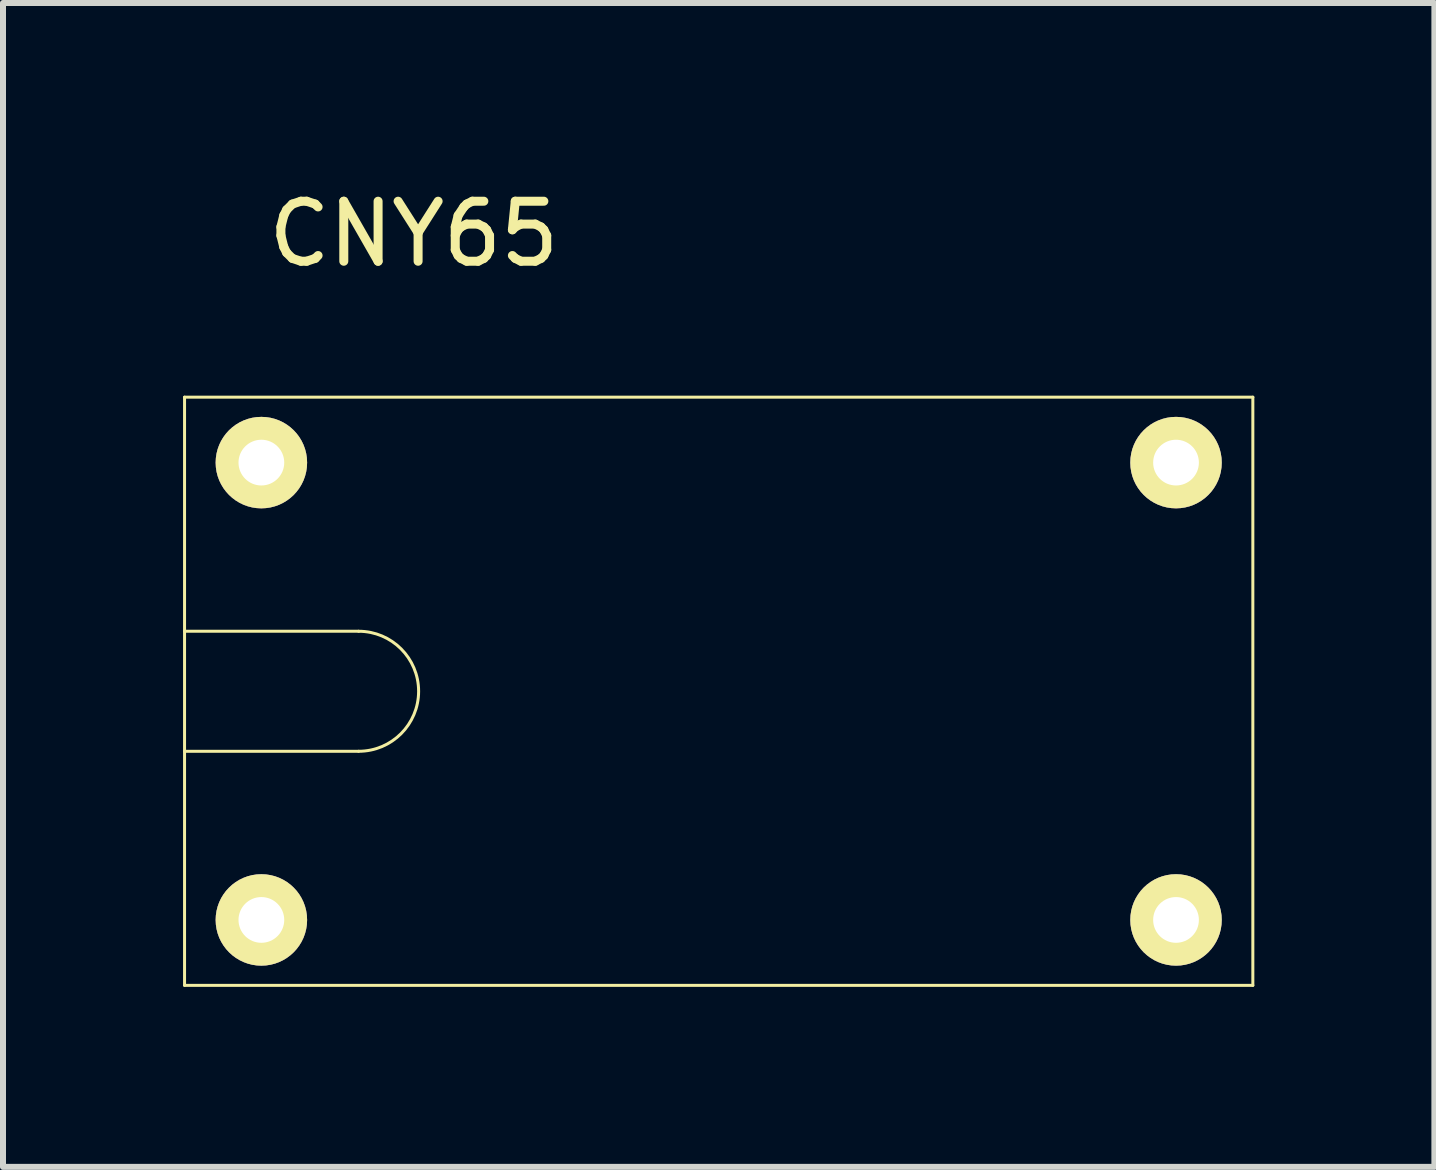
<source format=kicad_pcb>
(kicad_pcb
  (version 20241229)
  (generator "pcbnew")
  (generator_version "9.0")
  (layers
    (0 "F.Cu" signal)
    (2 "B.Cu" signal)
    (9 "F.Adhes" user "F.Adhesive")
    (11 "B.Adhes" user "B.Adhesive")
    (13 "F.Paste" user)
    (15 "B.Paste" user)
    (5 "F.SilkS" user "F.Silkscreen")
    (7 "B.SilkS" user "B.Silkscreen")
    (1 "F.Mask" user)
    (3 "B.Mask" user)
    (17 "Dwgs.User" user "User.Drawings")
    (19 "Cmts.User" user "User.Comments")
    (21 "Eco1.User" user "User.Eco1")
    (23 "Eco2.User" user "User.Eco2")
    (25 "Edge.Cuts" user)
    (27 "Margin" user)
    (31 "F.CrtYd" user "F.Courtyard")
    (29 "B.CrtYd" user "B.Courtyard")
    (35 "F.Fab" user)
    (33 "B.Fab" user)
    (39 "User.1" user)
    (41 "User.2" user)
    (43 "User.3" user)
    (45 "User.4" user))
  (footprint "CNY65"
    (layer "F.Cu")
    (at 8.925 8.468)
    (property "Reference" "CNY65" (at -5.08 -7.62 0) (layer "F.SilkS") (effects (font (size 1 1) (thickness 0.15))))
    (attr through_hole)
    (fp_line (start -8.9 -4.9) (end -8.9 4.9) (stroke (width 0.05) (type solid)) (layer "F.SilkS"))
    (fp_line (start -8.9 -1) (end -6 -1) (stroke (width 0.05) (type solid)) (layer "F.SilkS"))
    (fp_line (start -8.9 1) (end -6 1) (stroke (width 0.05) (type solid)) (layer "F.SilkS"))
    (fp_line (start -8.9 4.9) (end 8.9 4.9) (stroke (width 0.05) (type solid)) (layer "F.SilkS"))
    (fp_line (start 8.9 -4.9) (end -8.9 -4.9) (stroke (width 0.05) (type solid)) (layer "F.SilkS"))
    (fp_line (start 8.9 4.9) (end 8.9 -4.9) (stroke (width 0.05) (type solid)) (layer "F.SilkS"))
    (fp_arc (start -6 -1) (mid -5 0) (end -6 1) (stroke (width 0.05) (type solid)) (layer "F.SilkS"))
    (pad "1" thru_hole circle (at -7.62 -3.81) (size 1.524 1.524) (drill 0.762) (layers "*.Cu" "*.Mask" "F.SilkS"))
    (pad "2" thru_hole circle (at -7.62 3.81) (size 1.524 1.524) (drill 0.762) (layers "*.Cu" "*.Mask" "F.SilkS"))
    (pad "3" thru_hole circle (at 7.62 3.81) (size 1.524 1.524) (drill 0.762) (layers "*.Cu" "*.Mask" "F.SilkS"))
    (pad "4" thru_hole circle (at 7.62 -3.81) (size 1.524 1.524) (drill 0.762) (layers "*.Cu" "*.Mask" "F.SilkS")))
  (gr_rect
    (start -3 -3)
    (end 20.85 16.393)
    (stroke (width 0.1) (type default))
    (fill no)
    (layer "Edge.Cuts")))
</source>
